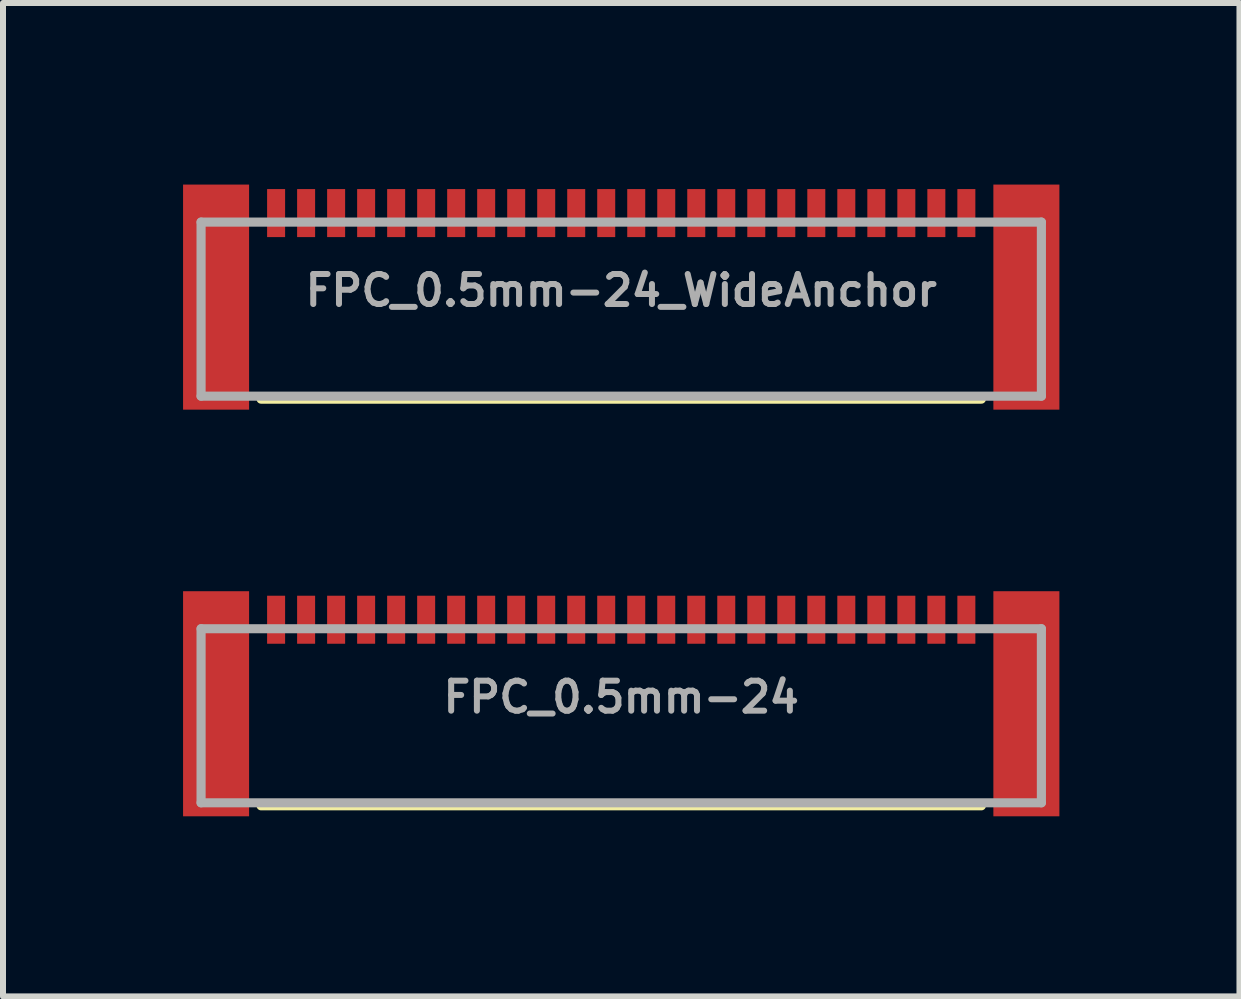
<source format=kicad_pcb>
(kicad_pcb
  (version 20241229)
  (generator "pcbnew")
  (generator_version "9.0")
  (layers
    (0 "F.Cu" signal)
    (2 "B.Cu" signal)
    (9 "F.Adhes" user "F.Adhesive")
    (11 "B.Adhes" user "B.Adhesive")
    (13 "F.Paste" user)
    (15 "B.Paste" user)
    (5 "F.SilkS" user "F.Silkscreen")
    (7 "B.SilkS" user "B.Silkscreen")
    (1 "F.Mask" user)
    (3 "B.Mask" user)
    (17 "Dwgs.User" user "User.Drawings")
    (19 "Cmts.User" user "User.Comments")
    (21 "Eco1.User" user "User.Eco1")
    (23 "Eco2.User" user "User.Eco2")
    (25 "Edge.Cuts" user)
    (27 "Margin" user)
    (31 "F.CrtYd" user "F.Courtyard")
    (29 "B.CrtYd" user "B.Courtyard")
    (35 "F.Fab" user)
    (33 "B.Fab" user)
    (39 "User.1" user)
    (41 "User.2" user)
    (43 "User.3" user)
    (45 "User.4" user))
  (footprint "FPC_0.5mm-24_WideAnchor"
    (layer "F.Cu")
    (at 7.3 0.9)
    (property "Reference" "FPC_0.5mm-24_WideAnchor" (at 0 0.889 0) (layer "F.Fab") (effects (font (size 0.5 0.5) (thickness 0.1) (bold yes))))
    (attr smd)
    (fp_line (start -6 2.7) (end 6 2.7) (stroke (width 0.152) (type solid)) (layer "F.SilkS"))
    (fp_line (start -7 -0.25) (end 7 -0.25) (stroke (width 0.152) (type solid)) (layer "F.Fab"))
    (fp_line (start -7 2.65) (end -7 -0.25) (stroke (width 0.152) (type solid)) (layer "F.Fab"))
    (fp_line (start 7 -0.25) (end 7 2.65) (stroke (width 0.152) (type solid)) (layer "F.Fab"))
    (fp_line (start 7 2.65) (end -7 2.65) (stroke (width 0.152) (type solid)) (layer "F.Fab"))
    (pad "1" smd rect (at 5.75 -0.4) (size 0.3 0.8) (layers "F.Cu" "F.Mask" "F.Paste"))
    (pad "2" smd rect (at 5.25 -0.4) (size 0.3 0.8) (layers "F.Cu" "F.Mask" "F.Paste"))
    (pad "3" smd rect (at 4.75 -0.4) (size 0.3 0.8) (layers "F.Cu" "F.Mask" "F.Paste"))
    (pad "4" smd rect (at 4.25 -0.4) (size 0.3 0.8) (layers "F.Cu" "F.Mask" "F.Paste"))
    (pad "5" smd rect (at 3.75 -0.4) (size 0.3 0.8) (layers "F.Cu" "F.Mask" "F.Paste"))
    (pad "6" smd rect (at 3.25 -0.4) (size 0.3 0.8) (layers "F.Cu" "F.Mask" "F.Paste"))
    (pad "7" smd rect (at 2.75 -0.4) (size 0.3 0.8) (layers "F.Cu" "F.Mask" "F.Paste"))
    (pad "8" smd rect (at 2.25 -0.4) (size 0.3 0.8) (layers "F.Cu" "F.Mask" "F.Paste"))
    (pad "9" smd rect (at 1.75 -0.4) (size 0.3 0.8) (layers "F.Cu" "F.Mask" "F.Paste"))
    (pad "10" smd rect (at 1.25 -0.4) (size 0.3 0.8) (layers "F.Cu" "F.Mask" "F.Paste"))
    (pad "11" smd rect (at 0.75 -0.4) (size 0.3 0.8) (layers "F.Cu" "F.Mask" "F.Paste"))
    (pad "12" smd rect (at 0.25 -0.4) (size 0.3 0.8) (layers "F.Cu" "F.Mask" "F.Paste"))
    (pad "13" smd rect (at -0.25 -0.4) (size 0.3 0.8) (layers "F.Cu" "F.Mask" "F.Paste"))
    (pad "14" smd rect (at -0.75 -0.4) (size 0.3 0.8) (layers "F.Cu" "F.Mask" "F.Paste"))
    (pad "15" smd rect (at -1.25 -0.4) (size 0.3 0.8) (layers "F.Cu" "F.Mask" "F.Paste"))
    (pad "16" smd rect (at -1.75 -0.4) (size 0.3 0.8) (layers "F.Cu" "F.Mask" "F.Paste"))
    (pad "17" smd rect (at -2.25 -0.4) (size 0.3 0.8) (layers "F.Cu" "F.Mask" "F.Paste"))
    (pad "18" smd rect (at -2.75 -0.4) (size 0.3 0.8) (layers "F.Cu" "F.Mask" "F.Paste"))
    (pad "19" smd rect (at -3.25 -0.4) (size 0.3 0.8) (layers "F.Cu" "F.Mask" "F.Paste"))
    (pad "20" smd rect (at -3.75 -0.4) (size 0.3 0.8) (layers "F.Cu" "F.Mask" "F.Paste"))
    (pad "21" smd rect (at -4.25 -0.4) (size 0.3 0.8) (layers "F.Cu" "F.Mask" "F.Paste"))
    (pad "22" smd rect (at -4.75 -0.4) (size 0.3 0.8) (layers "F.Cu" "F.Mask" "F.Paste"))
    (pad "23" smd rect (at -5.25 -0.4) (size 0.3 0.8) (layers "F.Cu" "F.Mask" "F.Paste"))
    (pad "24" smd rect (at -5.75 -0.4) (size 0.3 0.8) (layers "F.Cu" "F.Mask" "F.Paste"))
    (pad "MNT1" smd rect (at -6.75 1 90) (size 3.75 1.1) (layers "F.Cu" "F.Mask" "F.Paste"))
    (pad "MNT2" smd rect (at 6.75 1 90) (size 3.75 1.1) (layers "F.Cu" "F.Mask" "F.Paste"))
    (zone (net_name "") (layer "F.Cu") (hatch edge 0.5) (connect_pads) (min_thickness 0.25) (filled_areas_thickness no) (keepout (tracks not_allowed) (vias not_allowed) (pads not_allowed) (copperpour not_allowed) (footprints allowed)) (placement (enabled no)) (fill) (polygon (pts (xy 1.7 1) (xy 1.9 1) (xy 1.9 0) (xy 1.7 0))))
    (zone (net_name "") (layer "F.Cu") (hatch edge 0.5) (connect_pads) (min_thickness 0.25) (filled_areas_thickness no) (keepout (tracks not_allowed) (vias not_allowed) (pads not_allowed) (copperpour not_allowed) (footprints allowed)) (placement (enabled no)) (fill) (polygon (pts (xy 2.2 1) (xy 2.4 1) (xy 2.4 0) (xy 2.2 0))))
    (zone (net_name "") (layer "F.Cu") (hatch edge 0.5) (connect_pads) (min_thickness 0.25) (filled_areas_thickness no) (keepout (tracks not_allowed) (vias not_allowed) (pads not_allowed) (copperpour not_allowed) (footprints allowed)) (placement (enabled no)) (fill) (polygon (pts (xy 2.7 1) (xy 2.9 1) (xy 2.9 0) (xy 2.7 0))))
    (zone (net_name "") (layer "F.Cu") (hatch edge 0.5) (connect_pads) (min_thickness 0.25) (filled_areas_thickness no) (keepout (tracks not_allowed) (vias not_allowed) (pads not_allowed) (copperpour not_allowed) (footprints allowed)) (placement (enabled no)) (fill) (polygon (pts (xy 3.2 1) (xy 3.4 1) (xy 3.4 0) (xy 3.2 0))))
    (zone (net_name "") (layer "F.Cu") (hatch edge 0.5) (connect_pads) (min_thickness 0.25) (filled_areas_thickness no) (keepout (tracks not_allowed) (vias not_allowed) (pads not_allowed) (copperpour not_allowed) (footprints allowed)) (placement (enabled no)) (fill) (polygon (pts (xy 3.7 1) (xy 3.9 1) (xy 3.9 0) (xy 3.7 0))))
    (zone (net_name "") (layer "F.Cu") (hatch edge 0.5) (connect_pads) (min_thickness 0.25) (filled_areas_thickness no) (keepout (tracks not_allowed) (vias not_allowed) (pads not_allowed) (copperpour not_allowed) (footprints allowed)) (placement (enabled no)) (fill) (polygon (pts (xy 4.2 1) (xy 4.4 1) (xy 4.4 0) (xy 4.2 0))))
    (zone (net_name "") (layer "F.Cu") (hatch edge 0.5) (connect_pads) (min_thickness 0.25) (filled_areas_thickness no) (keepout (tracks not_allowed) (vias not_allowed) (pads not_allowed) (copperpour not_allowed) (footprints allowed)) (placement (enabled no)) (fill) (polygon (pts (xy 4.7 1) (xy 4.9 1) (xy 4.9 0) (xy 4.7 0))))
    (zone (net_name "") (layer "F.Cu") (hatch edge 0.5) (connect_pads) (min_thickness 0.25) (filled_areas_thickness no) (keepout (tracks not_allowed) (vias not_allowed) (pads not_allowed) (copperpour not_allowed) (footprints allowed)) (placement (enabled no)) (fill) (polygon (pts (xy 5.2 1) (xy 5.4 1) (xy 5.4 0) (xy 5.2 0))))
    (zone (net_name "") (layer "F.Cu") (hatch edge 0.5) (connect_pads) (min_thickness 0.25) (filled_areas_thickness no) (keepout (tracks not_allowed) (vias not_allowed) (pads not_allowed) (copperpour not_allowed) (footprints allowed)) (placement (enabled no)) (fill) (polygon (pts (xy 5.7 1) (xy 5.9 1) (xy 5.9 0) (xy 5.7 0))))
    (zone (net_name "") (layer "F.Cu") (hatch edge 0.5) (connect_pads) (min_thickness 0.25) (filled_areas_thickness no) (keepout (tracks not_allowed) (vias not_allowed) (pads not_allowed) (copperpour not_allowed) (footprints allowed)) (placement (enabled no)) (fill) (polygon (pts (xy 6.2 1) (xy 6.4 1) (xy 6.4 0) (xy 6.2 0))))
    (zone (net_name "") (layer "F.Cu") (hatch edge 0.5) (connect_pads) (min_thickness 0.25) (filled_areas_thickness no) (keepout (tracks not_allowed) (vias not_allowed) (pads not_allowed) (copperpour not_allowed) (footprints allowed)) (placement (enabled no)) (fill) (polygon (pts (xy 6.7 1) (xy 6.9 1) (xy 6.9 0) (xy 6.7 0))))
    (zone (net_name "") (layer "F.Cu") (hatch edge 0.5) (connect_pads) (min_thickness 0.25) (filled_areas_thickness no) (keepout (tracks not_allowed) (vias not_allowed) (pads not_allowed) (copperpour not_allowed) (footprints allowed)) (placement (enabled no)) (fill) (polygon (pts (xy 7.2 1) (xy 7.4 1) (xy 7.4 0) (xy 7.2 0))))
    (zone (net_name "") (layer "F.Cu") (hatch edge 0.5) (connect_pads) (min_thickness 0.25) (filled_areas_thickness no) (keepout (tracks not_allowed) (vias not_allowed) (pads not_allowed) (copperpour not_allowed) (footprints allowed)) (placement (enabled no)) (fill) (polygon (pts (xy 7.7 1) (xy 7.9 1) (xy 7.9 0) (xy 7.7 0))))
    (zone (net_name "") (layer "F.Cu") (hatch edge 0.5) (connect_pads) (min_thickness 0.25) (filled_areas_thickness no) (keepout (tracks not_allowed) (vias not_allowed) (pads not_allowed) (copperpour not_allowed) (footprints allowed)) (placement (enabled no)) (fill) (polygon (pts (xy 8.2 1) (xy 8.4 1) (xy 8.4 0) (xy 8.2 0))))
    (zone (net_name "") (layer "F.Cu") (hatch edge 0.5) (connect_pads) (min_thickness 0.25) (filled_areas_thickness no) (keepout (tracks not_allowed) (vias not_allowed) (pads not_allowed) (copperpour not_allowed) (footprints allowed)) (placement (enabled no)) (fill) (polygon (pts (xy 8.7 1) (xy 8.9 1) (xy 8.9 0) (xy 8.7 0))))
    (zone (net_name "") (layer "F.Cu") (hatch edge 0.5) (connect_pads) (min_thickness 0.25) (filled_areas_thickness no) (keepout (tracks not_allowed) (vias not_allowed) (pads not_allowed) (copperpour not_allowed) (footprints allowed)) (placement (enabled no)) (fill) (polygon (pts (xy 9.2 1) (xy 9.4 1) (xy 9.4 0) (xy 9.2 0))))
    (zone (net_name "") (layer "F.Cu") (hatch edge 0.5) (connect_pads) (min_thickness 0.25) (filled_areas_thickness no) (keepout (tracks not_allowed) (vias not_allowed) (pads not_allowed) (copperpour not_allowed) (footprints allowed)) (placement (enabled no)) (fill) (polygon (pts (xy 9.7 1) (xy 9.9 1) (xy 9.9 0) (xy 9.7 0))))
    (zone (net_name "") (layer "F.Cu") (hatch edge 0.5) (connect_pads) (min_thickness 0.25) (filled_areas_thickness no) (keepout (tracks not_allowed) (vias not_allowed) (pads not_allowed) (copperpour not_allowed) (footprints allowed)) (placement (enabled no)) (fill) (polygon (pts (xy 10.2 1) (xy 10.4 1) (xy 10.4 0) (xy 10.2 0))))
    (zone (net_name "") (layer "F.Cu") (hatch edge 0.5) (connect_pads) (min_thickness 0.25) (filled_areas_thickness no) (keepout (tracks not_allowed) (vias not_allowed) (pads not_allowed) (copperpour not_allowed) (footprints allowed)) (placement (enabled no)) (fill) (polygon (pts (xy 10.7 1) (xy 10.9 1) (xy 10.9 0) (xy 10.7 0))))
    (zone (net_name "") (layer "F.Cu") (hatch edge 0.5) (connect_pads) (min_thickness 0.25) (filled_areas_thickness no) (keepout (tracks not_allowed) (vias not_allowed) (pads not_allowed) (copperpour not_allowed) (footprints allowed)) (placement (enabled no)) (fill) (polygon (pts (xy 11.2 1) (xy 11.4 1) (xy 11.4 0) (xy 11.2 0))))
    (zone (net_name "") (layer "F.Cu") (hatch edge 0.5) (connect_pads) (min_thickness 0.25) (filled_areas_thickness no) (keepout (tracks not_allowed) (vias not_allowed) (pads not_allowed) (copperpour not_allowed) (footprints allowed)) (placement (enabled no)) (fill) (polygon (pts (xy 11.7 1) (xy 11.9 1) (xy 11.9 0) (xy 11.7 0))))
    (zone (net_name "") (layer "F.Cu") (hatch edge 0.5) (connect_pads) (min_thickness 0.25) (filled_areas_thickness no) (keepout (tracks not_allowed) (vias not_allowed) (pads not_allowed) (copperpour not_allowed) (footprints allowed)) (placement (enabled no)) (fill) (polygon (pts (xy 12.2 1) (xy 12.4 1) (xy 12.4 0) (xy 12.2 0))))
    (zone (net_name "") (layer "F.Cu") (hatch edge 0.5) (connect_pads) (min_thickness 0.25) (filled_areas_thickness no) (keepout (tracks not_allowed) (vias not_allowed) (pads not_allowed) (copperpour not_allowed) (footprints allowed)) (placement (enabled no)) (fill) (polygon (pts (xy 12.7 1) (xy 12.9 1) (xy 12.9 0) (xy 12.7 0)))))
  (footprint "FPC_0.5mm-24"
    (layer "F.Cu")
    (at 7.3 7.675)
    (property "Reference" "FPC_0.5mm-24" (at 0 0.889 0) (layer "F.Fab") (effects (font (size 0.5 0.5) (thickness 0.1) (bold yes))))
    (fp_line (start -6 2.7) (end 6 2.7) (stroke (width 0.152) (type solid)) (layer "F.SilkS"))
    (fp_line (start -7 -0.25) (end 7 -0.25) (stroke (width 0.152) (type solid)) (layer "F.Fab"))
    (fp_line (start -7 2.65) (end -7 -0.25) (stroke (width 0.152) (type solid)) (layer "F.Fab"))
    (fp_line (start 7 -0.25) (end 7 2.65) (stroke (width 0.152) (type solid)) (layer "F.Fab"))
    (fp_line (start 7 2.65) (end -7 2.65) (stroke (width 0.152) (type solid)) (layer "F.Fab"))
    (pad "1" smd rect (at 5.75 -0.4) (size 0.3 0.8) (layers "F.Cu" "F.Mask" "F.Paste"))
    (pad "2" smd rect (at 5.25 -0.4) (size 0.3 0.8) (layers "F.Cu" "F.Mask" "F.Paste"))
    (pad "3" smd rect (at 4.75 -0.4) (size 0.3 0.8) (layers "F.Cu" "F.Mask" "F.Paste"))
    (pad "4" smd rect (at 4.25 -0.4) (size 0.3 0.8) (layers "F.Cu" "F.Mask" "F.Paste"))
    (pad "5" smd rect (at 3.75 -0.4) (size 0.3 0.8) (layers "F.Cu" "F.Mask" "F.Paste"))
    (pad "6" smd rect (at 3.25 -0.4) (size 0.3 0.8) (layers "F.Cu" "F.Mask" "F.Paste"))
    (pad "7" smd rect (at 2.75 -0.4) (size 0.3 0.8) (layers "F.Cu" "F.Mask" "F.Paste"))
    (pad "8" smd rect (at 2.25 -0.4) (size 0.3 0.8) (layers "F.Cu" "F.Mask" "F.Paste"))
    (pad "9" smd rect (at 1.75 -0.4) (size 0.3 0.8) (layers "F.Cu" "F.Mask" "F.Paste"))
    (pad "10" smd rect (at 1.25 -0.4) (size 0.3 0.8) (layers "F.Cu" "F.Mask" "F.Paste"))
    (pad "11" smd rect (at 0.75 -0.4) (size 0.3 0.8) (layers "F.Cu" "F.Mask" "F.Paste"))
    (pad "12" smd rect (at 0.25 -0.4) (size 0.3 0.8) (layers "F.Cu" "F.Mask" "F.Paste"))
    (pad "13" smd rect (at -0.25 -0.4) (size 0.3 0.8) (layers "F.Cu" "F.Mask" "F.Paste"))
    (pad "14" smd rect (at -0.75 -0.4) (size 0.3 0.8) (layers "F.Cu" "F.Mask" "F.Paste"))
    (pad "15" smd rect (at -1.25 -0.4) (size 0.3 0.8) (layers "F.Cu" "F.Mask" "F.Paste"))
    (pad "16" smd rect (at -1.75 -0.4) (size 0.3 0.8) (layers "F.Cu" "F.Mask" "F.Paste"))
    (pad "17" smd rect (at -2.25 -0.4) (size 0.3 0.8) (layers "F.Cu" "F.Mask" "F.Paste"))
    (pad "18" smd rect (at -2.75 -0.4) (size 0.3 0.8) (layers "F.Cu" "F.Mask" "F.Paste"))
    (pad "19" smd rect (at -3.25 -0.4) (size 0.3 0.8) (layers "F.Cu" "F.Mask" "F.Paste"))
    (pad "20" smd rect (at -3.75 -0.4) (size 0.3 0.8) (layers "F.Cu" "F.Mask" "F.Paste"))
    (pad "21" smd rect (at -4.25 -0.4) (size 0.3 0.8) (layers "F.Cu" "F.Mask" "F.Paste"))
    (pad "22" smd rect (at -4.75 -0.4) (size 0.3 0.8) (layers "F.Cu" "F.Mask" "F.Paste"))
    (pad "23" smd rect (at -5.25 -0.4) (size 0.3 0.8) (layers "F.Cu" "F.Mask" "F.Paste"))
    (pad "24" smd rect (at -5.75 -0.4) (size 0.3 0.8) (layers "F.Cu" "F.Mask" "F.Paste"))
    (pad "MNT1" smd rect (at -6.75 1 90) (size 3.75 1.1) (layers "F.Cu" "F.Mask" "F.Paste"))
    (pad "MNT2" smd rect (at 6.75 1 90) (size 3.75 1.1) (layers "F.Cu" "F.Mask" "F.Paste"))
    (zone (net_name "") (layer "F.Cu") (hatch edge 0.5) (connect_pads) (min_thickness 0.25) (filled_areas_thickness no) (keepout (tracks not_allowed) (vias not_allowed) (pads not_allowed) (copperpour not_allowed) (footprints allowed)) (placement (enabled no)) (fill) (polygon (pts (xy 1.7 7.775) (xy 1.9 7.775) (xy 1.9 6.775) (xy 1.7 6.775))))
    (zone (net_name "") (layer "F.Cu") (hatch edge 0.5) (connect_pads) (min_thickness 0.25) (filled_areas_thickness no) (keepout (tracks not_allowed) (vias not_allowed) (pads not_allowed) (copperpour not_allowed) (footprints allowed)) (placement (enabled no)) (fill) (polygon (pts (xy 2.2 7.775) (xy 2.4 7.775) (xy 2.4 6.775) (xy 2.2 6.775))))
    (zone (net_name "") (layer "F.Cu") (hatch edge 0.5) (connect_pads) (min_thickness 0.25) (filled_areas_thickness no) (keepout (tracks not_allowed) (vias not_allowed) (pads not_allowed) (copperpour not_allowed) (footprints allowed)) (placement (enabled no)) (fill) (polygon (pts (xy 2.7 7.775) (xy 2.9 7.775) (xy 2.9 6.775) (xy 2.7 6.775))))
    (zone (net_name "") (layer "F.Cu") (hatch edge 0.5) (connect_pads) (min_thickness 0.25) (filled_areas_thickness no) (keepout (tracks not_allowed) (vias not_allowed) (pads not_allowed) (copperpour not_allowed) (footprints allowed)) (placement (enabled no)) (fill) (polygon (pts (xy 3.2 7.775) (xy 3.4 7.775) (xy 3.4 6.775) (xy 3.2 6.775))))
    (zone (net_name "") (layer "F.Cu") (hatch edge 0.5) (connect_pads) (min_thickness 0.25) (filled_areas_thickness no) (keepout (tracks not_allowed) (vias not_allowed) (pads not_allowed) (copperpour not_allowed) (footprints allowed)) (placement (enabled no)) (fill) (polygon (pts (xy 3.7 7.775) (xy 3.9 7.775) (xy 3.9 6.775) (xy 3.7 6.775))))
    (zone (net_name "") (layer "F.Cu") (hatch edge 0.5) (connect_pads) (min_thickness 0.25) (filled_areas_thickness no) (keepout (tracks not_allowed) (vias not_allowed) (pads not_allowed) (copperpour not_allowed) (footprints allowed)) (placement (enabled no)) (fill) (polygon (pts (xy 4.2 7.775) (xy 4.4 7.775) (xy 4.4 6.775) (xy 4.2 6.775))))
    (zone (net_name "") (layer "F.Cu") (hatch edge 0.5) (connect_pads) (min_thickness 0.25) (filled_areas_thickness no) (keepout (tracks not_allowed) (vias not_allowed) (pads not_allowed) (copperpour not_allowed) (footprints allowed)) (placement (enabled no)) (fill) (polygon (pts (xy 4.7 7.775) (xy 4.9 7.775) (xy 4.9 6.775) (xy 4.7 6.775))))
    (zone (net_name "") (layer "F.Cu") (hatch edge 0.5) (connect_pads) (min_thickness 0.25) (filled_areas_thickness no) (keepout (tracks not_allowed) (vias not_allowed) (pads not_allowed) (copperpour not_allowed) (footprints allowed)) (placement (enabled no)) (fill) (polygon (pts (xy 5.2 7.775) (xy 5.4 7.775) (xy 5.4 6.775) (xy 5.2 6.775))))
    (zone (net_name "") (layer "F.Cu") (hatch edge 0.5) (connect_pads) (min_thickness 0.25) (filled_areas_thickness no) (keepout (tracks not_allowed) (vias not_allowed) (pads not_allowed) (copperpour not_allowed) (footprints allowed)) (placement (enabled no)) (fill) (polygon (pts (xy 5.7 7.775) (xy 5.9 7.775) (xy 5.9 6.775) (xy 5.7 6.775))))
    (zone (net_name "") (layer "F.Cu") (hatch edge 0.5) (connect_pads) (min_thickness 0.25) (filled_areas_thickness no) (keepout (tracks not_allowed) (vias not_allowed) (pads not_allowed) (copperpour not_allowed) (footprints allowed)) (placement (enabled no)) (fill) (polygon (pts (xy 6.2 7.775) (xy 6.4 7.775) (xy 6.4 6.775) (xy 6.2 6.775))))
    (zone (net_name "") (layer "F.Cu") (hatch edge 0.5) (connect_pads) (min_thickness 0.25) (filled_areas_thickness no) (keepout (tracks not_allowed) (vias not_allowed) (pads not_allowed) (copperpour not_allowed) (footprints allowed)) (placement (enabled no)) (fill) (polygon (pts (xy 6.7 7.775) (xy 6.9 7.775) (xy 6.9 6.775) (xy 6.7 6.775))))
    (zone (net_name "") (layer "F.Cu") (hatch edge 0.5) (connect_pads) (min_thickness 0.25) (filled_areas_thickness no) (keepout (tracks not_allowed) (vias not_allowed) (pads not_allowed) (copperpour not_allowed) (footprints allowed)) (placement (enabled no)) (fill) (polygon (pts (xy 7.2 7.775) (xy 7.4 7.775) (xy 7.4 6.775) (xy 7.2 6.775))))
    (zone (net_name "") (layer "F.Cu") (hatch edge 0.5) (connect_pads) (min_thickness 0.25) (filled_areas_thickness no) (keepout (tracks not_allowed) (vias not_allowed) (pads not_allowed) (copperpour not_allowed) (footprints allowed)) (placement (enabled no)) (fill) (polygon (pts (xy 7.7 7.775) (xy 7.9 7.775) (xy 7.9 6.775) (xy 7.7 6.775))))
    (zone (net_name "") (layer "F.Cu") (hatch edge 0.5) (connect_pads) (min_thickness 0.25) (filled_areas_thickness no) (keepout (tracks not_allowed) (vias not_allowed) (pads not_allowed) (copperpour not_allowed) (footprints allowed)) (placement (enabled no)) (fill) (polygon (pts (xy 8.2 7.775) (xy 8.4 7.775) (xy 8.4 6.775) (xy 8.2 6.775))))
    (zone (net_name "") (layer "F.Cu") (hatch edge 0.5) (connect_pads) (min_thickness 0.25) (filled_areas_thickness no) (keepout (tracks not_allowed) (vias not_allowed) (pads not_allowed) (copperpour not_allowed) (footprints allowed)) (placement (enabled no)) (fill) (polygon (pts (xy 8.7 7.775) (xy 8.9 7.775) (xy 8.9 6.775) (xy 8.7 6.775))))
    (zone (net_name "") (layer "F.Cu") (hatch edge 0.5) (connect_pads) (min_thickness 0.25) (filled_areas_thickness no) (keepout (tracks not_allowed) (vias not_allowed) (pads not_allowed) (copperpour not_allowed) (footprints allowed)) (placement (enabled no)) (fill) (polygon (pts (xy 9.2 7.775) (xy 9.4 7.775) (xy 9.4 6.775) (xy 9.2 6.775))))
    (zone (net_name "") (layer "F.Cu") (hatch edge 0.5) (connect_pads) (min_thickness 0.25) (filled_areas_thickness no) (keepout (tracks not_allowed) (vias not_allowed) (pads not_allowed) (copperpour not_allowed) (footprints allowed)) (placement (enabled no)) (fill) (polygon (pts (xy 9.7 7.775) (xy 9.9 7.775) (xy 9.9 6.775) (xy 9.7 6.775))))
    (zone (net_name "") (layer "F.Cu") (hatch edge 0.5) (connect_pads) (min_thickness 0.25) (filled_areas_thickness no) (keepout (tracks not_allowed) (vias not_allowed) (pads not_allowed) (copperpour not_allowed) (footprints allowed)) (placement (enabled no)) (fill) (polygon (pts (xy 10.2 7.775) (xy 10.4 7.775) (xy 10.4 6.775) (xy 10.2 6.775))))
    (zone (net_name "") (layer "F.Cu") (hatch edge 0.5) (connect_pads) (min_thickness 0.25) (filled_areas_thickness no) (keepout (tracks not_allowed) (vias not_allowed) (pads not_allowed) (copperpour not_allowed) (footprints allowed)) (placement (enabled no)) (fill) (polygon (pts (xy 10.7 7.775) (xy 10.9 7.775) (xy 10.9 6.775) (xy 10.7 6.775))))
    (zone (net_name "") (layer "F.Cu") (hatch edge 0.5) (connect_pads) (min_thickness 0.25) (filled_areas_thickness no) (keepout (tracks not_allowed) (vias not_allowed) (pads not_allowed) (copperpour not_allowed) (footprints allowed)) (placement (enabled no)) (fill) (polygon (pts (xy 11.2 7.775) (xy 11.4 7.775) (xy 11.4 6.775) (xy 11.2 6.775))))
    (zone (net_name "") (layer "F.Cu") (hatch edge 0.5) (connect_pads) (min_thickness 0.25) (filled_areas_thickness no) (keepout (tracks not_allowed) (vias not_allowed) (pads not_allowed) (copperpour not_allowed) (footprints allowed)) (placement (enabled no)) (fill) (polygon (pts (xy 11.7 7.775) (xy 11.9 7.775) (xy 11.9 6.775) (xy 11.7 6.775))))
    (zone (net_name "") (layer "F.Cu") (hatch edge 0.5) (connect_pads) (min_thickness 0.25) (filled_areas_thickness no) (keepout (tracks not_allowed) (vias not_allowed) (pads not_allowed) (copperpour not_allowed) (footprints allowed)) (placement (enabled no)) (fill) (polygon (pts (xy 12.2 7.775) (xy 12.4 7.775) (xy 12.4 6.775) (xy 12.2 6.775))))
    (zone (net_name "") (layer "F.Cu") (hatch edge 0.5) (connect_pads) (min_thickness 0.25) (filled_areas_thickness no) (keepout (tracks not_allowed) (vias not_allowed) (pads not_allowed) (copperpour not_allowed) (footprints allowed)) (placement (enabled no)) (fill) (polygon (pts (xy 12.7 7.775) (xy 12.9 7.775) (xy 12.9 6.775) (xy 12.7 6.775)))))
  (gr_rect
    (start -3 -3)
    (end 17.6 13.55)
    (stroke (width 0.1) (type default))
    (fill no)
    (layer "Edge.Cuts")))
</source>
